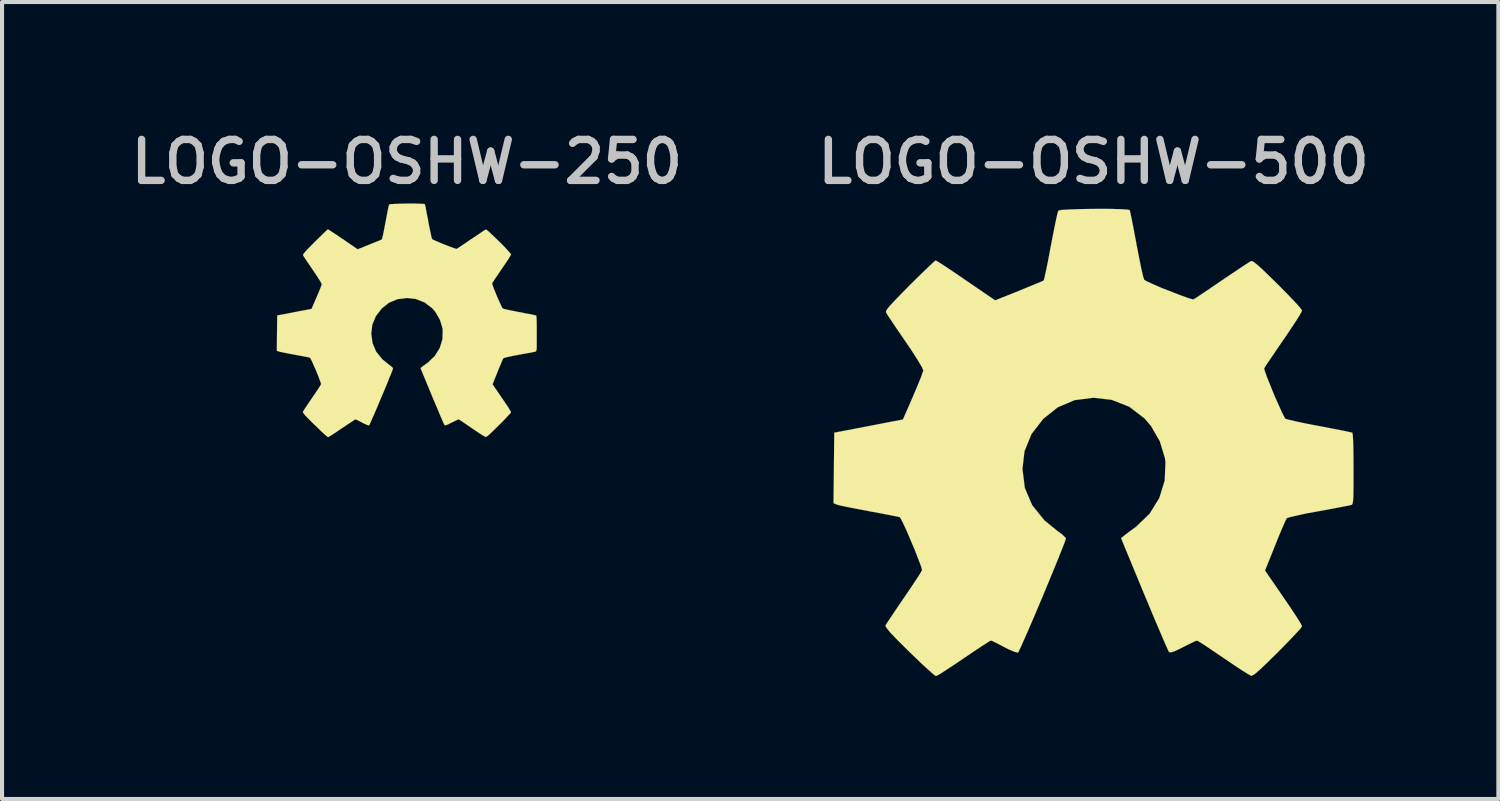
<source format=kicad_pcb>
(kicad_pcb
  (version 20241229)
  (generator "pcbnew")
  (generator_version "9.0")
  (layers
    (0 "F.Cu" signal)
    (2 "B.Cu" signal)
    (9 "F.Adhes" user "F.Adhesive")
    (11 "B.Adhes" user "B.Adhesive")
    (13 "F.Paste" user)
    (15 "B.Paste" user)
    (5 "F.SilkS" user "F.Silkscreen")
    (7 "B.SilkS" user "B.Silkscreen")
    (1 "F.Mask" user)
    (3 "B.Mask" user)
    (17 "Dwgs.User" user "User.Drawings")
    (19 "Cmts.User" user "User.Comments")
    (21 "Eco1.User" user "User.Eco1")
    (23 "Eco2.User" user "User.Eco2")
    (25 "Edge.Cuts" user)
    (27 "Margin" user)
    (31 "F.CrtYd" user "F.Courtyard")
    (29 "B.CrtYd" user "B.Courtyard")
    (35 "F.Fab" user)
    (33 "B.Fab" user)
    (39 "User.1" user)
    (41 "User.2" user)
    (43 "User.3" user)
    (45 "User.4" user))
  (footprint "LOGO-OSHW-250"
    (layer "F.Cu")
    (at 6.884 5.092)
    (property "Reference" "LOGO-OSHW-250" (at 0 -4.191 0) (layer "Dwgs.User") (effects (font (size 1 1) (thickness 0.18))))
    (attr through_hole)
    (fp_poly (pts (xy -1.925 2.532) (xy -1.89 2.515) (xy -1.816 2.469) (xy -1.709 2.398) (xy -1.585 2.314) (xy -1.46 2.23) (xy -1.356 2.162) (xy -1.283 2.113) (xy -1.252 2.098) (xy -1.237 2.103) (xy -1.176 2.131) (xy -1.09 2.177) (xy -1.041 2.202) (xy -0.96 2.238) (xy -0.922 2.245) (xy -0.914 2.233) (xy -0.886 2.172) (xy -0.841 2.068) (xy -0.78 1.93) (xy -0.711 1.77) (xy -0.638 1.595) (xy -0.564 1.42) (xy -0.493 1.25) (xy -0.432 1.097) (xy -0.381 0.973) (xy -0.348 0.889) (xy -0.338 0.851) (xy -0.34 0.843) (xy -0.381 0.805) (xy -0.45 0.752) (xy -0.599 0.63) (xy -0.749 0.445) (xy -0.838 0.236) (xy -0.869 0.003) (xy -0.843 -0.213) (xy -0.757 -0.422) (xy -0.612 -0.61) (xy -0.437 -0.749) (xy -0.231 -0.836) (xy 0 -0.866) (xy 0.221 -0.841) (xy 0.434 -0.757) (xy 0.62 -0.615) (xy 0.699 -0.523) (xy 0.808 -0.333) (xy 0.871 -0.13) (xy 0.876 -0.076) (xy 0.869 0.145) (xy 0.803 0.358) (xy 0.683 0.549) (xy 0.521 0.706) (xy 0.5 0.721) (xy 0.424 0.777) (xy 0.373 0.815) (xy 0.335 0.848) (xy 0.617 1.532) (xy 0.663 1.641) (xy 0.742 1.826) (xy 0.81 1.989) (xy 0.864 2.116) (xy 0.902 2.202) (xy 0.919 2.235) (xy 0.922 2.238) (xy 0.945 2.243) (xy 0.998 2.225) (xy 1.092 2.177) (xy 1.156 2.146) (xy 1.229 2.111) (xy 1.262 2.098) (xy 1.29 2.113) (xy 1.359 2.156) (xy 1.46 2.225) (xy 1.582 2.309) (xy 1.699 2.388) (xy 1.806 2.459) (xy 1.885 2.507) (xy 1.923 2.527) (xy 1.928 2.527) (xy 1.963 2.51) (xy 2.024 2.459) (xy 2.116 2.37) (xy 2.248 2.24) (xy 2.268 2.22) (xy 2.377 2.111) (xy 2.464 2.017) (xy 2.525 1.953) (xy 2.545 1.923) (xy 2.525 1.885) (xy 2.477 1.806) (xy 2.405 1.699) (xy 2.319 1.572) (xy 2.093 1.242) (xy 2.217 0.932) (xy 2.256 0.838) (xy 2.304 0.721) (xy 2.339 0.64) (xy 2.357 0.605) (xy 2.393 0.592) (xy 2.477 0.572) (xy 2.598 0.546) (xy 2.746 0.518) (xy 2.885 0.493) (xy 3.012 0.47) (xy 3.104 0.452) (xy 3.145 0.442) (xy 3.155 0.437) (xy 3.162 0.417) (xy 3.17 0.373) (xy 3.172 0.297) (xy 3.172 0.178) (xy 3.172 0.003) (xy 3.172 -0.015) (xy 3.172 -0.183) (xy 3.17 -0.315) (xy 3.165 -0.404) (xy 3.16 -0.437) (xy 3.157 -0.439) (xy 3.119 -0.447) (xy 3.03 -0.467) (xy 2.903 -0.49) (xy 2.753 -0.521) (xy 2.743 -0.521) (xy 2.593 -0.551) (xy 2.466 -0.577) (xy 2.38 -0.597) (xy 2.342 -0.61) (xy 2.334 -0.62) (xy 2.304 -0.678) (xy 2.261 -0.772) (xy 2.21 -0.884) (xy 2.162 -1.003) (xy 2.118 -1.11) (xy 2.09 -1.189) (xy 2.083 -1.224) (xy 2.106 -1.262) (xy 2.156 -1.339) (xy 2.23 -1.448) (xy 2.316 -1.575) (xy 2.324 -1.585) (xy 2.41 -1.712) (xy 2.482 -1.819) (xy 2.527 -1.895) (xy 2.545 -1.93) (xy 2.545 -1.933) (xy 2.517 -1.968) (xy 2.451 -2.042) (xy 2.36 -2.139) (xy 2.248 -2.25) (xy 2.212 -2.286) (xy 2.088 -2.405) (xy 2.004 -2.484) (xy 1.951 -2.527) (xy 1.925 -2.535) (xy 1.923 -2.535) (xy 1.885 -2.512) (xy 1.806 -2.459) (xy 1.697 -2.385) (xy 1.567 -2.299) (xy 1.557 -2.294) (xy 1.433 -2.207) (xy 1.326 -2.136) (xy 1.25 -2.085) (xy 1.217 -2.065) (xy 1.212 -2.065) (xy 1.161 -2.08) (xy 1.069 -2.113) (xy 0.96 -2.156) (xy 0.841 -2.202) (xy 0.734 -2.248) (xy 0.655 -2.283) (xy 0.617 -2.306) (xy 0.602 -2.352) (xy 0.582 -2.446) (xy 0.554 -2.578) (xy 0.523 -2.733) (xy 0.521 -2.758) (xy 0.49 -2.911) (xy 0.467 -3.035) (xy 0.45 -3.122) (xy 0.439 -3.157) (xy 0.419 -3.162) (xy 0.345 -3.167) (xy 0.231 -3.17) (xy 0.097 -3.172) (xy -0.048 -3.17) (xy -0.188 -3.167) (xy -0.307 -3.162) (xy -0.394 -3.157) (xy -0.429 -3.15) (xy -0.445 -3.101) (xy -0.465 -3.007) (xy -0.49 -2.875) (xy -0.521 -2.718) (xy -0.526 -2.692) (xy -0.554 -2.54) (xy -0.579 -2.416) (xy -0.599 -2.332) (xy -0.607 -2.299) (xy -0.622 -2.291) (xy -0.683 -2.263) (xy -0.785 -2.223) (xy -0.909 -2.172) (xy -1.201 -2.055) (xy -1.557 -2.299) (xy -1.59 -2.319) (xy -1.717 -2.408) (xy -1.824 -2.477) (xy -1.897 -2.525) (xy -1.928 -2.543) (xy -1.93 -2.54) (xy -1.966 -2.51) (xy -2.035 -2.443) (xy -2.131 -2.349) (xy -2.245 -2.238) (xy -2.327 -2.154) (xy -2.426 -2.055) (xy -2.487 -1.986) (xy -2.522 -1.946) (xy -2.535 -1.918) (xy -2.53 -1.9) (xy -2.507 -1.864) (xy -2.456 -1.786) (xy -2.383 -1.679) (xy -2.296 -1.552) (xy -2.225 -1.448) (xy -2.146 -1.326) (xy -2.095 -1.242) (xy -2.078 -1.199) (xy -2.083 -1.184) (xy -2.108 -1.113) (xy -2.151 -1.008) (xy -2.205 -0.881) (xy -2.327 -0.599) (xy -2.512 -0.564) (xy -2.624 -0.544) (xy -2.781 -0.513) (xy -2.931 -0.483) (xy -3.165 -0.439) (xy -3.175 0.422) (xy -3.137 0.437) (xy -3.104 0.447) (xy -3.018 0.465) (xy -2.893 0.49) (xy -2.746 0.518) (xy -2.621 0.541) (xy -2.497 0.564) (xy -2.405 0.582) (xy -2.367 0.592) (xy -2.357 0.605) (xy -2.324 0.665) (xy -2.281 0.762) (xy -2.23 0.876) (xy -2.179 0.998) (xy -2.136 1.11) (xy -2.106 1.194) (xy -2.093 1.237) (xy -2.111 1.27) (xy -2.159 1.344) (xy -2.228 1.45) (xy -2.314 1.575) (xy -2.398 1.699) (xy -2.469 1.806) (xy -2.52 1.882) (xy -2.54 1.918) (xy -2.53 1.941) (xy -2.482 2.002) (xy -2.388 2.098) (xy -2.248 2.238) (xy -2.225 2.258) (xy -2.113 2.367) (xy -2.019 2.454) (xy -1.953 2.512) (xy -1.925 2.532)) (stroke (width 0.003) (type solid)) (fill yes) (layer "F.SilkS")))
  (footprint "LOGO-OSHW-500"
    (layer "F.Cu")
    (at 23.653 8.394)
    (property "Reference" "LOGO-OSHW-500" (at 0 -7.493 0) (layer "Dwgs.User") (effects (font (size 1 1) (thickness 0.18))))
    (attr through_hole)
    (fp_poly (pts (xy -3.851 5.065) (xy -3.782 5.032) (xy -3.635 4.938) (xy -3.421 4.798) (xy -3.172 4.63) (xy -2.921 4.46) (xy -2.713 4.323) (xy -2.568 4.229) (xy -2.507 4.196) (xy -2.477 4.206) (xy -2.355 4.265) (xy -2.182 4.356) (xy -2.083 4.407) (xy -1.923 4.475) (xy -1.844 4.491) (xy -1.831 4.468) (xy -1.773 4.346) (xy -1.681 4.138) (xy -1.56 3.863) (xy -1.422 3.541) (xy -1.275 3.193) (xy -1.128 2.84) (xy -0.988 2.499) (xy -0.864 2.197) (xy -0.765 1.948) (xy -0.699 1.778) (xy -0.676 1.704) (xy -0.683 1.689) (xy -0.762 1.61) (xy -0.902 1.506) (xy -1.201 1.262) (xy -1.499 0.892) (xy -1.679 0.472) (xy -1.737 0.005) (xy -1.687 -0.427) (xy -1.516 -0.846) (xy -1.227 -1.219) (xy -0.874 -1.499) (xy -0.462 -1.674) (xy 0 -1.732) (xy 0.442 -1.681) (xy 0.869 -1.514) (xy 1.242 -1.229) (xy 1.4 -1.046) (xy 1.618 -0.668) (xy 1.742 -0.259) (xy 1.755 -0.152) (xy 1.737 0.29) (xy 1.605 0.716) (xy 1.369 1.1) (xy 1.044 1.412) (xy 1.003 1.443) (xy 0.851 1.554) (xy 0.749 1.633) (xy 0.671 1.697) (xy 1.237 3.066) (xy 1.328 3.282) (xy 1.483 3.655) (xy 1.621 3.978) (xy 1.73 4.234) (xy 1.806 4.404) (xy 1.839 4.473) (xy 1.844 4.478) (xy 1.892 4.486) (xy 1.999 4.45) (xy 2.187 4.356) (xy 2.314 4.293) (xy 2.459 4.221) (xy 2.525 4.196) (xy 2.581 4.227) (xy 2.72 4.315) (xy 2.924 4.453) (xy 3.167 4.618) (xy 3.399 4.775) (xy 3.614 4.917) (xy 3.772 5.016) (xy 3.846 5.057) (xy 3.858 5.057) (xy 3.927 5.022) (xy 4.049 4.917) (xy 4.234 4.742) (xy 4.498 4.483) (xy 4.539 4.442) (xy 4.755 4.221) (xy 4.93 4.036) (xy 5.05 3.907) (xy 5.09 3.846) (xy 5.052 3.772) (xy 4.953 3.614) (xy 4.811 3.399) (xy 4.638 3.145) (xy 4.186 2.487) (xy 4.435 1.867) (xy 4.511 1.676) (xy 4.608 1.445) (xy 4.681 1.28) (xy 4.717 1.209) (xy 4.785 1.186) (xy 4.956 1.146) (xy 5.199 1.092) (xy 5.494 1.039) (xy 5.773 0.988) (xy 6.027 0.94) (xy 6.21 0.904) (xy 6.292 0.886) (xy 6.312 0.876) (xy 6.327 0.836) (xy 6.34 0.749) (xy 6.345 0.597) (xy 6.347 0.356) (xy 6.347 0.005) (xy 6.347 -0.03) (xy 6.345 -0.366) (xy 6.34 -0.63) (xy 6.33 -0.808) (xy 6.32 -0.876) (xy 6.317 -0.879) (xy 6.238 -0.897) (xy 6.06 -0.935) (xy 5.806 -0.983) (xy 5.507 -1.041) (xy 5.486 -1.044) (xy 5.187 -1.102) (xy 4.935 -1.156) (xy 4.76 -1.196) (xy 4.684 -1.219) (xy 4.669 -1.24) (xy 4.608 -1.356) (xy 4.524 -1.544) (xy 4.422 -1.77) (xy 4.326 -2.007) (xy 4.239 -2.22) (xy 4.183 -2.377) (xy 4.166 -2.449) (xy 4.166 -2.451) (xy 4.211 -2.525) (xy 4.315 -2.677) (xy 4.463 -2.896) (xy 4.636 -3.15) (xy 4.651 -3.17) (xy 4.823 -3.424) (xy 4.963 -3.637) (xy 5.057 -3.792) (xy 5.09 -3.861) (xy 5.09 -3.866) (xy 5.034 -3.94) (xy 4.905 -4.084) (xy 4.719 -4.277) (xy 4.496 -4.503) (xy 4.425 -4.572) (xy 4.178 -4.813) (xy 4.008 -4.971) (xy 3.901 -5.055) (xy 3.851 -5.072) (xy 3.848 -5.072) (xy 3.772 -5.024) (xy 3.612 -4.92) (xy 3.393 -4.773) (xy 3.137 -4.6) (xy 3.117 -4.587) (xy 2.865 -4.415) (xy 2.652 -4.272) (xy 2.502 -4.171) (xy 2.436 -4.133) (xy 2.426 -4.133) (xy 2.322 -4.163) (xy 2.141 -4.227) (xy 1.92 -4.313) (xy 1.684 -4.404) (xy 1.471 -4.496) (xy 1.311 -4.569) (xy 1.234 -4.613) (xy 1.234 -4.615) (xy 1.206 -4.707) (xy 1.163 -4.895) (xy 1.11 -5.159) (xy 1.049 -5.469) (xy 1.041 -5.519) (xy 0.983 -5.822) (xy 0.935 -6.071) (xy 0.899 -6.243) (xy 0.881 -6.314) (xy 0.838 -6.325) (xy 0.691 -6.335) (xy 0.465 -6.342) (xy 0.193 -6.345) (xy -0.097 -6.342) (xy -0.376 -6.337) (xy -0.617 -6.327) (xy -0.787 -6.317) (xy -0.859 -6.302) (xy -0.861 -6.299) (xy -0.889 -6.205) (xy -0.93 -6.015) (xy -0.983 -5.751) (xy -1.044 -5.438) (xy -1.054 -5.385) (xy -1.11 -5.083) (xy -1.161 -4.834) (xy -1.199 -4.663) (xy -1.217 -4.597) (xy -1.245 -4.582) (xy -1.369 -4.529) (xy -1.572 -4.445) (xy -1.821 -4.343) (xy -2.403 -4.11) (xy -3.117 -4.597) (xy -3.18 -4.641) (xy -3.437 -4.816) (xy -3.647 -4.956) (xy -3.795 -5.05) (xy -3.856 -5.085) (xy -3.861 -5.083) (xy -3.932 -5.022) (xy -4.072 -4.887) (xy -4.265 -4.702) (xy -4.491 -4.478) (xy -4.656 -4.31) (xy -4.851 -4.11) (xy -4.976 -3.975) (xy -5.044 -3.891) (xy -5.07 -3.838) (xy -5.062 -3.802) (xy -5.016 -3.731) (xy -4.912 -3.574) (xy -4.765 -3.358) (xy -4.592 -3.104) (xy -4.45 -2.896) (xy -4.295 -2.654) (xy -4.194 -2.484) (xy -4.158 -2.4) (xy -4.168 -2.367) (xy -4.216 -2.228) (xy -4.303 -2.017) (xy -4.409 -1.765) (xy -4.656 -1.201) (xy -5.027 -1.13) (xy -5.25 -1.087) (xy -5.565 -1.026) (xy -5.865 -0.968) (xy -6.332 -0.879) (xy -6.35 0.843) (xy -6.276 0.874) (xy -6.208 0.894) (xy -6.035 0.932) (xy -5.786 0.98) (xy -5.494 1.036) (xy -5.245 1.082) (xy -4.994 1.13) (xy -4.813 1.166) (xy -4.735 1.184) (xy -4.714 1.209) (xy -4.651 1.331) (xy -4.562 1.524) (xy -4.463 1.755) (xy -4.361 1.996) (xy -4.275 2.22) (xy -4.211 2.388) (xy -4.188 2.477) (xy -4.224 2.543) (xy -4.318 2.69) (xy -4.458 2.901) (xy -4.628 3.15) (xy -4.798 3.399) (xy -4.94 3.612) (xy -5.042 3.764) (xy -5.083 3.835) (xy -5.062 3.881) (xy -4.963 4.003) (xy -4.775 4.199) (xy -4.496 4.475) (xy -4.45 4.519) (xy -4.227 4.735) (xy -4.039 4.907) (xy -3.907 5.024) (xy -3.851 5.065)) (stroke (width 0.003) (type solid)) (fill yes) (layer "F.SilkS")))
  (gr_rect
    (start -3 -3)
    (end 33.537 16.46)
    (stroke (width 0.1) (type default))
    (fill no)
    (layer "Edge.Cuts")))
</source>
